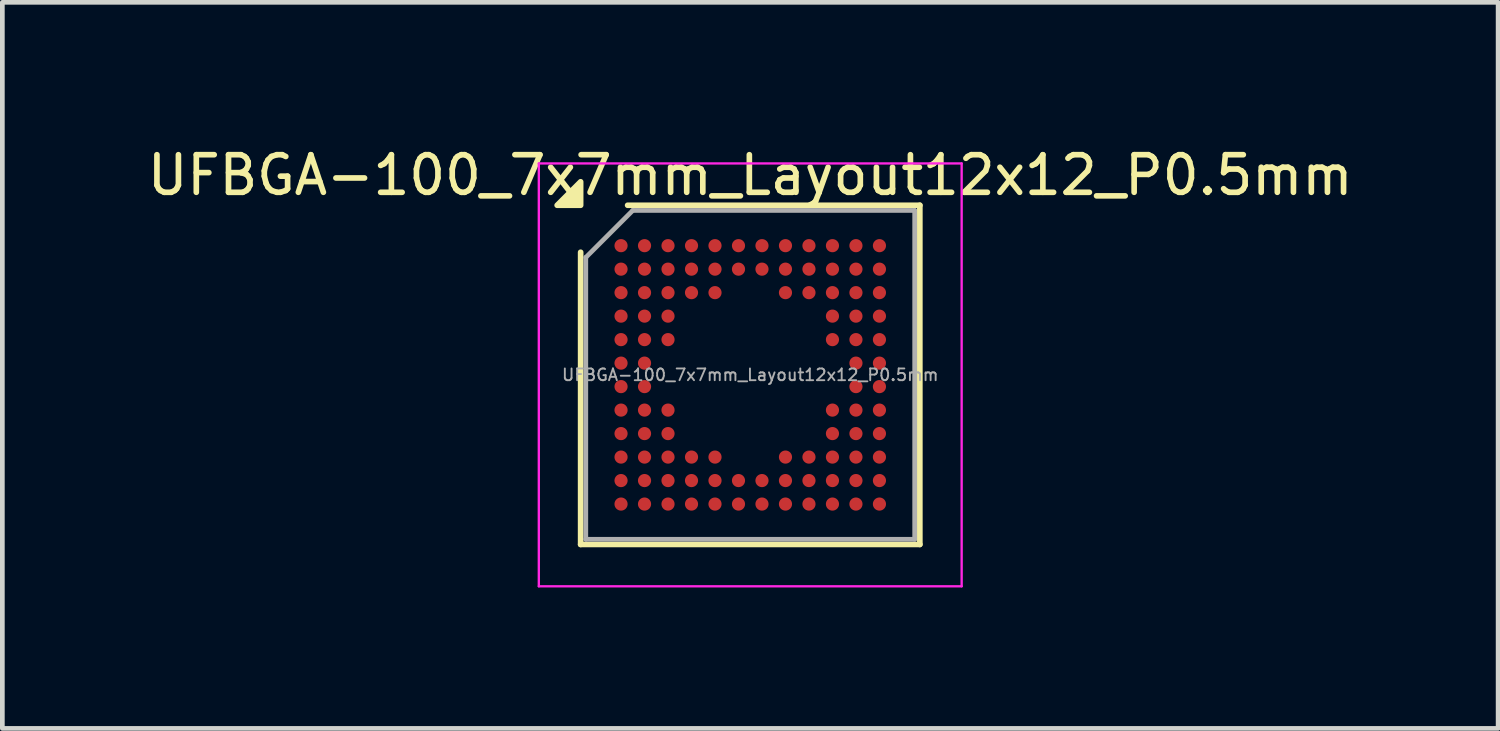
<source format=kicad_pcb>
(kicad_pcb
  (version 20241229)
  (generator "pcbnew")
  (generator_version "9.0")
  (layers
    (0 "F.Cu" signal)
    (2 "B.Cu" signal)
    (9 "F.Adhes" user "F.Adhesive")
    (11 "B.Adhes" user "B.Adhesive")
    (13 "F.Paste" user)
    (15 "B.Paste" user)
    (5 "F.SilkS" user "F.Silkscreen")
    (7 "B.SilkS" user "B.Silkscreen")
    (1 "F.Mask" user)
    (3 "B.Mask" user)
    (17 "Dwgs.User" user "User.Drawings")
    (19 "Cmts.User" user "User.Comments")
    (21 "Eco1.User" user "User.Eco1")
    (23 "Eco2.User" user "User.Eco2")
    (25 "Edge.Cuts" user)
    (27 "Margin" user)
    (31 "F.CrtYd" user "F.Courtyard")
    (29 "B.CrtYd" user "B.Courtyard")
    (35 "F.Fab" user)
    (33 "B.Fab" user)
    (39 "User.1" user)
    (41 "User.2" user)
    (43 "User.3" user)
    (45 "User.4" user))
  (footprint "UFBGA-100_7x7mm_Layout12x12_P0.5mm"
    (layer "F.Cu")
    (at 12.919 4.929)
    (property "Reference" "UFBGA-100_7x7mm_Layout12x12_P0.5mm" (at 0 -4.25 0) (layer "F.SilkS") (effects (font (size 0.8 0.8) (thickness 0.12))))
    (attr smd)
    (fp_line (start -3.61 3.61) (end -3.61 -2.61) (stroke (width 0.12) (type solid)) (layer "F.SilkS"))
    (fp_line (start -2.61 -3.61) (end 3.61 -3.61) (stroke (width 0.12) (type solid)) (layer "F.SilkS"))
    (fp_line (start 3.61 -3.61) (end 3.61 3.61) (stroke (width 0.12) (type solid)) (layer "F.SilkS"))
    (fp_line (start 3.61 3.61) (end -3.61 3.61) (stroke (width 0.12) (type solid)) (layer "F.SilkS"))
    (fp_poly (pts (xy -3.61 -3.61) (xy -4.11 -3.61) (xy -3.61 -4.11) (xy -3.61 -3.61)) (stroke (width 0.12) (type solid)) (fill yes) (layer "F.SilkS"))
    (fp_line (start -4.5 -4.5) (end -4.5 4.5) (stroke (width 0.05) (type solid)) (layer "F.CrtYd"))
    (fp_line (start -4.5 4.5) (end 4.5 4.5) (stroke (width 0.05) (type solid)) (layer "F.CrtYd"))
    (fp_line (start 4.5 -4.5) (end -4.5 -4.5) (stroke (width 0.05) (type solid)) (layer "F.CrtYd"))
    (fp_line (start 4.5 4.5) (end 4.5 -4.5) (stroke (width 0.05) (type solid)) (layer "F.CrtYd"))
    (fp_line (start -3.5 -2.5) (end -2.5 -3.5) (stroke (width 0.1) (type solid)) (layer "F.Fab"))
    (fp_line (start -3.5 3.5) (end -3.5 -2.5) (stroke (width 0.1) (type solid)) (layer "F.Fab"))
    (fp_line (start -2.5 -3.5) (end 3.5 -3.5) (stroke (width 0.1) (type solid)) (layer "F.Fab"))
    (fp_line (start 3.5 -3.5) (end 3.5 3.5) (stroke (width 0.1) (type solid)) (layer "F.Fab"))
    (fp_line (start 3.5 3.5) (end -3.5 3.5) (stroke (width 0.1) (type solid)) (layer "F.Fab"))
    (fp_text user "${REFERENCE}" (at 0 0 0) (layer "F.Fab") (effects (font (size 0.25 0.25) (thickness 0.04))))
    (pad "A1" smd circle (at -2.75 -2.75) (size 0.28 0.28) (property pad_prop_bga) (layers "F.Cu" "F.Mask" "F.Paste"))
    (pad "A2" smd circle (at -2.25 -2.75) (size 0.28 0.28) (property pad_prop_bga) (layers "F.Cu" "F.Mask" "F.Paste"))
    (pad "A3" smd circle (at -1.75 -2.75) (size 0.28 0.28) (property pad_prop_bga) (layers "F.Cu" "F.Mask" "F.Paste"))
    (pad "A4" smd circle (at -1.25 -2.75) (size 0.28 0.28) (property pad_prop_bga) (layers "F.Cu" "F.Mask" "F.Paste"))
    (pad "A5" smd circle (at -0.75 -2.75) (size 0.28 0.28) (property pad_prop_bga) (layers "F.Cu" "F.Mask" "F.Paste"))
    (pad "A6" smd circle (at -0.25 -2.75) (size 0.28 0.28) (property pad_prop_bga) (layers "F.Cu" "F.Mask" "F.Paste"))
    (pad "A7" smd circle (at 0.25 -2.75) (size 0.28 0.28) (property pad_prop_bga) (layers "F.Cu" "F.Mask" "F.Paste"))
    (pad "A8" smd circle (at 0.75 -2.75) (size 0.28 0.28) (property pad_prop_bga) (layers "F.Cu" "F.Mask" "F.Paste"))
    (pad "A9" smd circle (at 1.25 -2.75) (size 0.28 0.28) (property pad_prop_bga) (layers "F.Cu" "F.Mask" "F.Paste"))
    (pad "A10" smd circle (at 1.75 -2.75) (size 0.28 0.28) (property pad_prop_bga) (layers "F.Cu" "F.Mask" "F.Paste"))
    (pad "A11" smd circle (at 2.25 -2.75) (size 0.28 0.28) (property pad_prop_bga) (layers "F.Cu" "F.Mask" "F.Paste"))
    (pad "A12" smd circle (at 2.75 -2.75) (size 0.28 0.28) (property pad_prop_bga) (layers "F.Cu" "F.Mask" "F.Paste"))
    (pad "B1" smd circle (at -2.75 -2.25) (size 0.28 0.28) (property pad_prop_bga) (layers "F.Cu" "F.Mask" "F.Paste"))
    (pad "B2" smd circle (at -2.25 -2.25) (size 0.28 0.28) (property pad_prop_bga) (layers "F.Cu" "F.Mask" "F.Paste"))
    (pad "B3" smd circle (at -1.75 -2.25) (size 0.28 0.28) (property pad_prop_bga) (layers "F.Cu" "F.Mask" "F.Paste"))
    (pad "B4" smd circle (at -1.25 -2.25) (size 0.28 0.28) (property pad_prop_bga) (layers "F.Cu" "F.Mask" "F.Paste"))
    (pad "B5" smd circle (at -0.75 -2.25) (size 0.28 0.28) (property pad_prop_bga) (layers "F.Cu" "F.Mask" "F.Paste"))
    (pad "B6" smd circle (at -0.25 -2.25) (size 0.28 0.28) (property pad_prop_bga) (layers "F.Cu" "F.Mask" "F.Paste"))
    (pad "B7" smd circle (at 0.25 -2.25) (size 0.28 0.28) (property pad_prop_bga) (layers "F.Cu" "F.Mask" "F.Paste"))
    (pad "B8" smd circle (at 0.75 -2.25) (size 0.28 0.28) (property pad_prop_bga) (layers "F.Cu" "F.Mask" "F.Paste"))
    (pad "B9" smd circle (at 1.25 -2.25) (size 0.28 0.28) (property pad_prop_bga) (layers "F.Cu" "F.Mask" "F.Paste"))
    (pad "B10" smd circle (at 1.75 -2.25) (size 0.28 0.28) (property pad_prop_bga) (layers "F.Cu" "F.Mask" "F.Paste"))
    (pad "B11" smd circle (at 2.25 -2.25) (size 0.28 0.28) (property pad_prop_bga) (layers "F.Cu" "F.Mask" "F.Paste"))
    (pad "B12" smd circle (at 2.75 -2.25) (size 0.28 0.28) (property pad_prop_bga) (layers "F.Cu" "F.Mask" "F.Paste"))
    (pad "C1" smd circle (at -2.75 -1.75) (size 0.28 0.28) (property pad_prop_bga) (layers "F.Cu" "F.Mask" "F.Paste"))
    (pad "C2" smd circle (at -2.25 -1.75) (size 0.28 0.28) (property pad_prop_bga) (layers "F.Cu" "F.Mask" "F.Paste"))
    (pad "C3" smd circle (at -1.75 -1.75) (size 0.28 0.28) (property pad_prop_bga) (layers "F.Cu" "F.Mask" "F.Paste"))
    (pad "C4" smd circle (at -1.25 -1.75) (size 0.28 0.28) (property pad_prop_bga) (layers "F.Cu" "F.Mask" "F.Paste"))
    (pad "C5" smd circle (at -0.75 -1.75) (size 0.28 0.28) (property pad_prop_bga) (layers "F.Cu" "F.Mask" "F.Paste"))
    (pad "C8" smd circle (at 0.75 -1.75) (size 0.28 0.28) (property pad_prop_bga) (layers "F.Cu" "F.Mask" "F.Paste"))
    (pad "C9" smd circle (at 1.25 -1.75) (size 0.28 0.28) (property pad_prop_bga) (layers "F.Cu" "F.Mask" "F.Paste"))
    (pad "C10" smd circle (at 1.75 -1.75) (size 0.28 0.28) (property pad_prop_bga) (layers "F.Cu" "F.Mask" "F.Paste"))
    (pad "C11" smd circle (at 2.25 -1.75) (size 0.28 0.28) (property pad_prop_bga) (layers "F.Cu" "F.Mask" "F.Paste"))
    (pad "C12" smd circle (at 2.75 -1.75) (size 0.28 0.28) (property pad_prop_bga) (layers "F.Cu" "F.Mask" "F.Paste"))
    (pad "D1" smd circle (at -2.75 -1.25) (size 0.28 0.28) (property pad_prop_bga) (layers "F.Cu" "F.Mask" "F.Paste"))
    (pad "D2" smd circle (at -2.25 -1.25) (size 0.28 0.28) (property pad_prop_bga) (layers "F.Cu" "F.Mask" "F.Paste"))
    (pad "D3" smd circle (at -1.75 -1.25) (size 0.28 0.28) (property pad_prop_bga) (layers "F.Cu" "F.Mask" "F.Paste"))
    (pad "D10" smd circle (at 1.75 -1.25) (size 0.28 0.28) (property pad_prop_bga) (layers "F.Cu" "F.Mask" "F.Paste"))
    (pad "D11" smd circle (at 2.25 -1.25) (size 0.28 0.28) (property pad_prop_bga) (layers "F.Cu" "F.Mask" "F.Paste"))
    (pad "D12" smd circle (at 2.75 -1.25) (size 0.28 0.28) (property pad_prop_bga) (layers "F.Cu" "F.Mask" "F.Paste"))
    (pad "E1" smd circle (at -2.75 -0.75) (size 0.28 0.28) (property pad_prop_bga) (layers "F.Cu" "F.Mask" "F.Paste"))
    (pad "E2" smd circle (at -2.25 -0.75) (size 0.28 0.28) (property pad_prop_bga) (layers "F.Cu" "F.Mask" "F.Paste"))
    (pad "E3" smd circle (at -1.75 -0.75) (size 0.28 0.28) (property pad_prop_bga) (layers "F.Cu" "F.Mask" "F.Paste"))
    (pad "E10" smd circle (at 1.75 -0.75) (size 0.28 0.28) (property pad_prop_bga) (layers "F.Cu" "F.Mask" "F.Paste"))
    (pad "E11" smd circle (at 2.25 -0.75) (size 0.28 0.28) (property pad_prop_bga) (layers "F.Cu" "F.Mask" "F.Paste"))
    (pad "E12" smd circle (at 2.75 -0.75) (size 0.28 0.28) (property pad_prop_bga) (layers "F.Cu" "F.Mask" "F.Paste"))
    (pad "F1" smd circle (at -2.75 -0.25) (size 0.28 0.28) (property pad_prop_bga) (layers "F.Cu" "F.Mask" "F.Paste"))
    (pad "F2" smd circle (at -2.25 -0.25) (size 0.28 0.28) (property pad_prop_bga) (layers "F.Cu" "F.Mask" "F.Paste"))
    (pad "F11" smd circle (at 2.25 -0.25) (size 0.28 0.28) (property pad_prop_bga) (layers "F.Cu" "F.Mask" "F.Paste"))
    (pad "F12" smd circle (at 2.75 -0.25) (size 0.28 0.28) (property pad_prop_bga) (layers "F.Cu" "F.Mask" "F.Paste"))
    (pad "G1" smd circle (at -2.75 0.25) (size 0.28 0.28) (property pad_prop_bga) (layers "F.Cu" "F.Mask" "F.Paste"))
    (pad "G2" smd circle (at -2.25 0.25) (size 0.28 0.28) (property pad_prop_bga) (layers "F.Cu" "F.Mask" "F.Paste"))
    (pad "G11" smd circle (at 2.25 0.25) (size 0.28 0.28) (property pad_prop_bga) (layers "F.Cu" "F.Mask" "F.Paste"))
    (pad "G12" smd circle (at 2.75 0.25) (size 0.28 0.28) (property pad_prop_bga) (layers "F.Cu" "F.Mask" "F.Paste"))
    (pad "H1" smd circle (at -2.75 0.75) (size 0.28 0.28) (property pad_prop_bga) (layers "F.Cu" "F.Mask" "F.Paste"))
    (pad "H2" smd circle (at -2.25 0.75) (size 0.28 0.28) (property pad_prop_bga) (layers "F.Cu" "F.Mask" "F.Paste"))
    (pad "H3" smd circle (at -1.75 0.75) (size 0.28 0.28) (property pad_prop_bga) (layers "F.Cu" "F.Mask" "F.Paste"))
    (pad "H10" smd circle (at 1.75 0.75) (size 0.28 0.28) (property pad_prop_bga) (layers "F.Cu" "F.Mask" "F.Paste"))
    (pad "H11" smd circle (at 2.25 0.75) (size 0.28 0.28) (property pad_prop_bga) (layers "F.Cu" "F.Mask" "F.Paste"))
    (pad "H12" smd circle (at 2.75 0.75) (size 0.28 0.28) (property pad_prop_bga) (layers "F.Cu" "F.Mask" "F.Paste"))
    (pad "J1" smd circle (at -2.75 1.25) (size 0.28 0.28) (property pad_prop_bga) (layers "F.Cu" "F.Mask" "F.Paste"))
    (pad "J2" smd circle (at -2.25 1.25) (size 0.28 0.28) (property pad_prop_bga) (layers "F.Cu" "F.Mask" "F.Paste"))
    (pad "J3" smd circle (at -1.75 1.25) (size 0.28 0.28) (property pad_prop_bga) (layers "F.Cu" "F.Mask" "F.Paste"))
    (pad "J10" smd circle (at 1.75 1.25) (size 0.28 0.28) (property pad_prop_bga) (layers "F.Cu" "F.Mask" "F.Paste"))
    (pad "J11" smd circle (at 2.25 1.25) (size 0.28 0.28) (property pad_prop_bga) (layers "F.Cu" "F.Mask" "F.Paste"))
    (pad "J12" smd circle (at 2.75 1.25) (size 0.28 0.28) (property pad_prop_bga) (layers "F.Cu" "F.Mask" "F.Paste"))
    (pad "K1" smd circle (at -2.75 1.75) (size 0.28 0.28) (property pad_prop_bga) (layers "F.Cu" "F.Mask" "F.Paste"))
    (pad "K2" smd circle (at -2.25 1.75) (size 0.28 0.28) (property pad_prop_bga) (layers "F.Cu" "F.Mask" "F.Paste"))
    (pad "K3" smd circle (at -1.75 1.75) (size 0.28 0.28) (property pad_prop_bga) (layers "F.Cu" "F.Mask" "F.Paste"))
    (pad "K4" smd circle (at -1.25 1.75) (size 0.28 0.28) (property pad_prop_bga) (layers "F.Cu" "F.Mask" "F.Paste"))
    (pad "K5" smd circle (at -0.75 1.75) (size 0.28 0.28) (property pad_prop_bga) (layers "F.Cu" "F.Mask" "F.Paste"))
    (pad "K8" smd circle (at 0.75 1.75) (size 0.28 0.28) (property pad_prop_bga) (layers "F.Cu" "F.Mask" "F.Paste"))
    (pad "K9" smd circle (at 1.25 1.75) (size 0.28 0.28) (property pad_prop_bga) (layers "F.Cu" "F.Mask" "F.Paste"))
    (pad "K10" smd circle (at 1.75 1.75) (size 0.28 0.28) (property pad_prop_bga) (layers "F.Cu" "F.Mask" "F.Paste"))
    (pad "K11" smd circle (at 2.25 1.75) (size 0.28 0.28) (property pad_prop_bga) (layers "F.Cu" "F.Mask" "F.Paste"))
    (pad "K12" smd circle (at 2.75 1.75) (size 0.28 0.28) (property pad_prop_bga) (layers "F.Cu" "F.Mask" "F.Paste"))
    (pad "L1" smd circle (at -2.75 2.25) (size 0.28 0.28) (property pad_prop_bga) (layers "F.Cu" "F.Mask" "F.Paste"))
    (pad "L2" smd circle (at -2.25 2.25) (size 0.28 0.28) (property pad_prop_bga) (layers "F.Cu" "F.Mask" "F.Paste"))
    (pad "L3" smd circle (at -1.75 2.25) (size 0.28 0.28) (property pad_prop_bga) (layers "F.Cu" "F.Mask" "F.Paste"))
    (pad "L4" smd circle (at -1.25 2.25) (size 0.28 0.28) (property pad_prop_bga) (layers "F.Cu" "F.Mask" "F.Paste"))
    (pad "L5" smd circle (at -0.75 2.25) (size 0.28 0.28) (property pad_prop_bga) (layers "F.Cu" "F.Mask" "F.Paste"))
    (pad "L6" smd circle (at -0.25 2.25) (size 0.28 0.28) (property pad_prop_bga) (layers "F.Cu" "F.Mask" "F.Paste"))
    (pad "L7" smd circle (at 0.25 2.25) (size 0.28 0.28) (property pad_prop_bga) (layers "F.Cu" "F.Mask" "F.Paste"))
    (pad "L8" smd circle (at 0.75 2.25) (size 0.28 0.28) (property pad_prop_bga) (layers "F.Cu" "F.Mask" "F.Paste"))
    (pad "L9" smd circle (at 1.25 2.25) (size 0.28 0.28) (property pad_prop_bga) (layers "F.Cu" "F.Mask" "F.Paste"))
    (pad "L10" smd circle (at 1.75 2.25) (size 0.28 0.28) (property pad_prop_bga) (layers "F.Cu" "F.Mask" "F.Paste"))
    (pad "L11" smd circle (at 2.25 2.25) (size 0.28 0.28) (property pad_prop_bga) (layers "F.Cu" "F.Mask" "F.Paste"))
    (pad "L12" smd circle (at 2.75 2.25) (size 0.28 0.28) (property pad_prop_bga) (layers "F.Cu" "F.Mask" "F.Paste"))
    (pad "M1" smd circle (at -2.75 2.75) (size 0.28 0.28) (property pad_prop_bga) (layers "F.Cu" "F.Mask" "F.Paste"))
    (pad "M2" smd circle (at -2.25 2.75) (size 0.28 0.28) (property pad_prop_bga) (layers "F.Cu" "F.Mask" "F.Paste"))
    (pad "M3" smd circle (at -1.75 2.75) (size 0.28 0.28) (property pad_prop_bga) (layers "F.Cu" "F.Mask" "F.Paste"))
    (pad "M4" smd circle (at -1.25 2.75) (size 0.28 0.28) (property pad_prop_bga) (layers "F.Cu" "F.Mask" "F.Paste"))
    (pad "M5" smd circle (at -0.75 2.75) (size 0.28 0.28) (property pad_prop_bga) (layers "F.Cu" "F.Mask" "F.Paste"))
    (pad "M6" smd circle (at -0.25 2.75) (size 0.28 0.28) (property pad_prop_bga) (layers "F.Cu" "F.Mask" "F.Paste"))
    (pad "M7" smd circle (at 0.25 2.75) (size 0.28 0.28) (property pad_prop_bga) (layers "F.Cu" "F.Mask" "F.Paste"))
    (pad "M8" smd circle (at 0.75 2.75) (size 0.28 0.28) (property pad_prop_bga) (layers "F.Cu" "F.Mask" "F.Paste"))
    (pad "M9" smd circle (at 1.25 2.75) (size 0.28 0.28) (property pad_prop_bga) (layers "F.Cu" "F.Mask" "F.Paste"))
    (pad "M10" smd circle (at 1.75 2.75) (size 0.28 0.28) (property pad_prop_bga) (layers "F.Cu" "F.Mask" "F.Paste"))
    (pad "M11" smd circle (at 2.25 2.75) (size 0.28 0.28) (property pad_prop_bga) (layers "F.Cu" "F.Mask" "F.Paste"))
    (pad "M12" smd circle (at 2.75 2.75) (size 0.28 0.28) (property pad_prop_bga) (layers "F.Cu" "F.Mask" "F.Paste")))
  (gr_rect
    (start -3 -3)
    (end 28.838 12.454)
    (stroke (width 0.1) (type default))
    (fill no)
    (layer "Edge.Cuts")))
</source>
